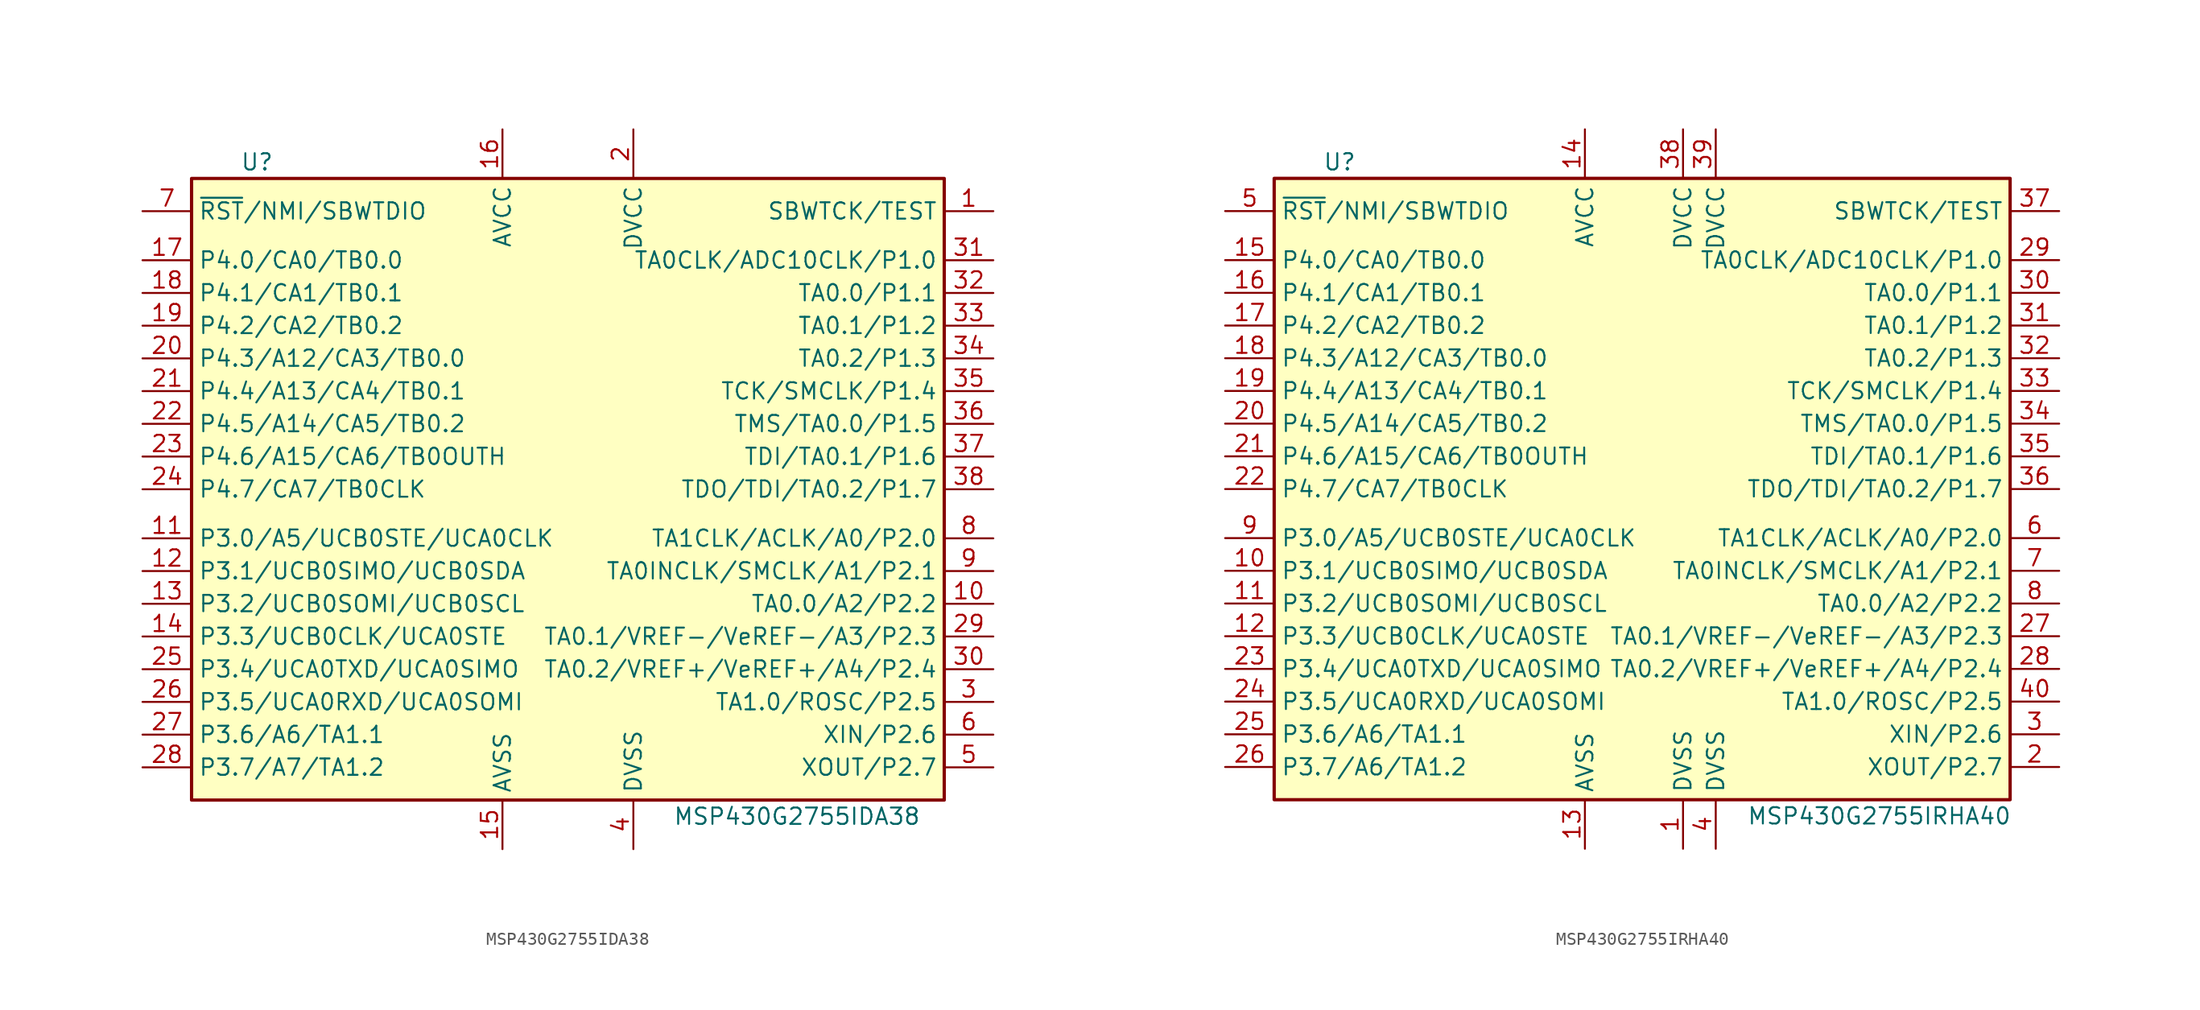
<source format=kicad_sym>
(kicad_symbol_lib
  (version 20201005)
  (generator kicad_symbol_editor)
  (symbol "MCU_Texas_MSP430:MSP430G2755IDA38"
    (property "Reference" "U"
      (at -24.13 25.4 0)
      (effects (font (size 1.27 1.27))))
    (property "Value" "MSP430G2755IDA38"
      (at 17.78 -25.4 0)
      (effects (font (size 1.27 1.27))))
    (symbol "MSP430G2755IDA38_0_1"
      (rectangle (start -29.21 24.13) (end 29.21 -24.13) (stroke (width 0.254)) (fill (type background))))
    (symbol "MSP430G2755IDA38_1_1"
      (pin input line (at 33.02 21.59 180) (length 3.81) (name "SBWTCK/TEST" (effects (font (size 1.27 1.27)))) (number "1" (effects (font (size 1.27 1.27)))))
      (pin bidirectional line (at 33.02 -8.89 180) (length 3.81) (name "TA0.0/A2/P2.2" (effects (font (size 1.27 1.27)))) (number "10" (effects (font (size 1.27 1.27)))))
      (pin bidirectional line (at -33.02 -3.81 0) (length 3.81) (name "P3.0/A5/UCB0STE/UCA0CLK" (effects (font (size 1.27 1.27)))) (number "11" (effects (font (size 1.27 1.27)))))
      (pin bidirectional line (at -33.02 -6.35 0) (length 3.81) (name "P3.1/UCB0SIMO/UCB0SDA" (effects (font (size 1.27 1.27)))) (number "12" (effects (font (size 1.27 1.27)))))
      (pin bidirectional line (at -33.02 -8.89 0) (length 3.81) (name "P3.2/UCB0SOMI/UCB0SCL" (effects (font (size 1.27 1.27)))) (number "13" (effects (font (size 1.27 1.27)))))
      (pin bidirectional line (at -33.02 -11.43 0) (length 3.81) (name "P3.3/UCB0CLK/UCA0STE" (effects (font (size 1.27 1.27)))) (number "14" (effects (font (size 1.27 1.27)))))
      (pin power_in line (at -5.08 -27.94 90) (length 3.81) (name "AVSS" (effects (font (size 1.27 1.27)))) (number "15" (effects (font (size 1.27 1.27)))))
      (pin power_in line (at -5.08 27.94 270) (length 3.81) (name "AVCC" (effects (font (size 1.27 1.27)))) (number "16" (effects (font (size 1.27 1.27)))))
      (pin bidirectional line (at -33.02 17.78 0) (length 3.81) (name "P4.0/CA0/TB0.0" (effects (font (size 1.27 1.27)))) (number "17" (effects (font (size 1.27 1.27)))))
      (pin bidirectional line (at -33.02 15.24 0) (length 3.81) (name "P4.1/CA1/TB0.1" (effects (font (size 1.27 1.27)))) (number "18" (effects (font (size 1.27 1.27)))))
      (pin bidirectional line (at -33.02 12.7 0) (length 3.81) (name "P4.2/CA2/TB0.2" (effects (font (size 1.27 1.27)))) (number "19" (effects (font (size 1.27 1.27)))))
      (pin power_in line (at 5.08 27.94 270) (length 3.81) (name "DVCC" (effects (font (size 1.27 1.27)))) (number "2" (effects (font (size 1.27 1.27)))))
      (pin bidirectional line (at -33.02 10.16 0) (length 3.81) (name "P4.3/A12/CA3/TB0.0" (effects (font (size 1.27 1.27)))) (number "20" (effects (font (size 1.27 1.27)))))
      (pin bidirectional line (at -33.02 7.62 0) (length 3.81) (name "P4.4/A13/CA4/TB0.1" (effects (font (size 1.27 1.27)))) (number "21" (effects (font (size 1.27 1.27)))))
      (pin bidirectional line (at -33.02 5.08 0) (length 3.81) (name "P4.5/A14/CA5/TB0.2" (effects (font (size 1.27 1.27)))) (number "22" (effects (font (size 1.27 1.27)))))
      (pin bidirectional line (at -33.02 2.54 0) (length 3.81) (name "P4.6/A15/CA6/TB0OUTH" (effects (font (size 1.27 1.27)))) (number "23" (effects (font (size 1.27 1.27)))))
      (pin bidirectional line (at -33.02 0 0) (length 3.81) (name "P4.7/CA7/TB0CLK" (effects (font (size 1.27 1.27)))) (number "24" (effects (font (size 1.27 1.27)))))
      (pin bidirectional line (at -33.02 -13.97 0) (length 3.81) (name "P3.4/UCA0TXD/UCA0SIMO" (effects (font (size 1.27 1.27)))) (number "25" (effects (font (size 1.27 1.27)))))
      (pin bidirectional line (at -33.02 -16.51 0) (length 3.81) (name "P3.5/UCA0RXD/UCA0SOMI" (effects (font (size 1.27 1.27)))) (number "26" (effects (font (size 1.27 1.27)))))
      (pin bidirectional line (at -33.02 -19.05 0) (length 3.81) (name "P3.6/A6/TA1.1" (effects (font (size 1.27 1.27)))) (number "27" (effects (font (size 1.27 1.27)))))
      (pin bidirectional line (at -33.02 -21.59 0) (length 3.81) (name "P3.7/A7/TA1.2" (effects (font (size 1.27 1.27)))) (number "28" (effects (font (size 1.27 1.27)))))
      (pin bidirectional line (at 33.02 -11.43 180) (length 3.81) (name "TA0.1/VREF-/VeREF-/A3/P2.3" (effects (font (size 1.27 1.27)))) (number "29" (effects (font (size 1.27 1.27)))))
      (pin bidirectional line (at 33.02 -16.51 180) (length 3.81) (name "TA1.0/ROSC/P2.5" (effects (font (size 1.27 1.27)))) (number "3" (effects (font (size 1.27 1.27)))))
      (pin bidirectional line (at 33.02 -13.97 180) (length 3.81) (name "TA0.2/VREF+/VeREF+/A4/P2.4" (effects (font (size 1.27 1.27)))) (number "30" (effects (font (size 1.27 1.27)))))
      (pin bidirectional line (at 33.02 17.78 180) (length 3.81) (name "TA0CLK/ADC10CLK/P1.0" (effects (font (size 1.27 1.27)))) (number "31" (effects (font (size 1.27 1.27)))))
      (pin bidirectional line (at 33.02 15.24 180) (length 3.81) (name "TA0.0/P1.1" (effects (font (size 1.27 1.27)))) (number "32" (effects (font (size 1.27 1.27)))))
      (pin bidirectional line (at 33.02 12.7 180) (length 3.81) (name "TA0.1/P1.2" (effects (font (size 1.27 1.27)))) (number "33" (effects (font (size 1.27 1.27)))))
      (pin bidirectional line (at 33.02 10.16 180) (length 3.81) (name "TA0.2/P1.3" (effects (font (size 1.27 1.27)))) (number "34" (effects (font (size 1.27 1.27)))))
      (pin bidirectional line (at 33.02 7.62 180) (length 3.81) (name "TCK/SMCLK/P1.4" (effects (font (size 1.27 1.27)))) (number "35" (effects (font (size 1.27 1.27)))))
      (pin bidirectional line (at 33.02 5.08 180) (length 3.81) (name "TMS/TA0.0/P1.5" (effects (font (size 1.27 1.27)))) (number "36" (effects (font (size 1.27 1.27)))))
      (pin bidirectional line (at 33.02 2.54 180) (length 3.81) (name "TDI/TA0.1/P1.6" (effects (font (size 1.27 1.27)))) (number "37" (effects (font (size 1.27 1.27)))))
      (pin bidirectional line (at 33.02 0 180) (length 3.81) (name "TDO/TDI/TA0.2/P1.7" (effects (font (size 1.27 1.27)))) (number "38" (effects (font (size 1.27 1.27)))))
      (pin power_in line (at 5.08 -27.94 90) (length 3.81) (name "DVSS" (effects (font (size 1.27 1.27)))) (number "4" (effects (font (size 1.27 1.27)))))
      (pin bidirectional line (at 33.02 -21.59 180) (length 3.81) (name "XOUT/P2.7" (effects (font (size 1.27 1.27)))) (number "5" (effects (font (size 1.27 1.27)))))
      (pin bidirectional line (at 33.02 -19.05 180) (length 3.81) (name "XIN/P2.6" (effects (font (size 1.27 1.27)))) (number "6" (effects (font (size 1.27 1.27)))))
      (pin input line (at -33.02 21.59 0) (length 3.81) (name "~RST~/NMI/SBWTDIO" (effects (font (size 1.27 1.27)))) (number "7" (effects (font (size 1.27 1.27)))))
      (pin bidirectional line (at 33.02 -3.81 180) (length 3.81) (name "TA1CLK/ACLK/A0/P2.0" (effects (font (size 1.27 1.27)))) (number "8" (effects (font (size 1.27 1.27)))))
      (pin bidirectional line (at 33.02 -6.35 180) (length 3.81) (name "TA0INCLK/SMCLK/A1/P2.1" (effects (font (size 1.27 1.27)))) (number "9" (effects (font (size 1.27 1.27)))))))
  (symbol "MCU_Texas_MSP430:MSP430G2755IRHA40"
    (property "Reference" "U"
      (at -24.13 25.4 0)
      (effects (font (size 1.27 1.27))))
    (property "Value" "MSP430G2755IRHA40"
      (at 17.78 -25.4 0)
      (effects (font (size 1.27 1.27))))
    (symbol "MSP430G2755IRHA40_0_1"
      (rectangle (start -29.21 24.13) (end 27.94 -24.13) (stroke (width 0.254)) (fill (type background))))
    (symbol "MSP430G2755IRHA40_1_1"
      (pin power_in line (at 2.54 -27.94 90) (length 3.81) (name "DVSS" (effects (font (size 1.27 1.27)))) (number "1" (effects (font (size 1.27 1.27)))))
      (pin bidirectional line (at -33.02 -6.35 0) (length 3.81) (name "P3.1/UCB0SIMO/UCB0SDA" (effects (font (size 1.27 1.27)))) (number "10" (effects (font (size 1.27 1.27)))))
      (pin bidirectional line (at -33.02 -8.89 0) (length 3.81) (name "P3.2/UCB0SOMI/UCB0SCL" (effects (font (size 1.27 1.27)))) (number "11" (effects (font (size 1.27 1.27)))))
      (pin bidirectional line (at -33.02 -11.43 0) (length 3.81) (name "P3.3/UCB0CLK/UCA0STE" (effects (font (size 1.27 1.27)))) (number "12" (effects (font (size 1.27 1.27)))))
      (pin power_in line (at -5.08 -27.94 90) (length 3.81) (name "AVSS" (effects (font (size 1.27 1.27)))) (number "13" (effects (font (size 1.27 1.27)))))
      (pin power_in line (at -5.08 27.94 270) (length 3.81) (name "AVCC" (effects (font (size 1.27 1.27)))) (number "14" (effects (font (size 1.27 1.27)))))
      (pin bidirectional line (at -33.02 17.78 0) (length 3.81) (name "P4.0/CA0/TB0.0" (effects (font (size 1.27 1.27)))) (number "15" (effects (font (size 1.27 1.27)))))
      (pin bidirectional line (at -33.02 15.24 0) (length 3.81) (name "P4.1/CA1/TB0.1" (effects (font (size 1.27 1.27)))) (number "16" (effects (font (size 1.27 1.27)))))
      (pin bidirectional line (at -33.02 12.7 0) (length 3.81) (name "P4.2/CA2/TB0.2" (effects (font (size 1.27 1.27)))) (number "17" (effects (font (size 1.27 1.27)))))
      (pin bidirectional line (at -33.02 10.16 0) (length 3.81) (name "P4.3/A12/CA3/TB0.0" (effects (font (size 1.27 1.27)))) (number "18" (effects (font (size 1.27 1.27)))))
      (pin bidirectional line (at -33.02 7.62 0) (length 3.81) (name "P4.4/A13/CA4/TB0.1" (effects (font (size 1.27 1.27)))) (number "19" (effects (font (size 1.27 1.27)))))
      (pin bidirectional line (at 31.75 -21.59 180) (length 3.81) (name "XOUT/P2.7" (effects (font (size 1.27 1.27)))) (number "2" (effects (font (size 1.27 1.27)))))
      (pin bidirectional line (at -33.02 5.08 0) (length 3.81) (name "P4.5/A14/CA5/TB0.2" (effects (font (size 1.27 1.27)))) (number "20" (effects (font (size 1.27 1.27)))))
      (pin bidirectional line (at -33.02 2.54 0) (length 3.81) (name "P4.6/A15/CA6/TB0OUTH" (effects (font (size 1.27 1.27)))) (number "21" (effects (font (size 1.27 1.27)))))
      (pin bidirectional line (at -33.02 0 0) (length 3.81) (name "P4.7/CA7/TB0CLK" (effects (font (size 1.27 1.27)))) (number "22" (effects (font (size 1.27 1.27)))))
      (pin bidirectional line (at -33.02 -13.97 0) (length 3.81) (name "P3.4/UCA0TXD/UCA0SIMO" (effects (font (size 1.27 1.27)))) (number "23" (effects (font (size 1.27 1.27)))))
      (pin bidirectional line (at -33.02 -16.51 0) (length 3.81) (name "P3.5/UCA0RXD/UCA0SOMI" (effects (font (size 1.27 1.27)))) (number "24" (effects (font (size 1.27 1.27)))))
      (pin bidirectional line (at -33.02 -19.05 0) (length 3.81) (name "P3.6/A6/TA1.1" (effects (font (size 1.27 1.27)))) (number "25" (effects (font (size 1.27 1.27)))))
      (pin bidirectional line (at -33.02 -21.59 0) (length 3.81) (name "P3.7/A6/TA1.2" (effects (font (size 1.27 1.27)))) (number "26" (effects (font (size 1.27 1.27)))))
      (pin bidirectional line (at 31.75 -11.43 180) (length 3.81) (name "TA0.1/VREF-/VeREF-/A3/P2.3" (effects (font (size 1.27 1.27)))) (number "27" (effects (font (size 1.27 1.27)))))
      (pin bidirectional line (at 31.75 -13.97 180) (length 3.81) (name "TA0.2/VREF+/VeREF+/A4/P2.4" (effects (font (size 1.27 1.27)))) (number "28" (effects (font (size 1.27 1.27)))))
      (pin bidirectional line (at 31.75 17.78 180) (length 3.81) (name "TA0CLK/ADC10CLK/P1.0" (effects (font (size 1.27 1.27)))) (number "29" (effects (font (size 1.27 1.27)))))
      (pin bidirectional line (at 31.75 -19.05 180) (length 3.81) (name "XIN/P2.6" (effects (font (size 1.27 1.27)))) (number "3" (effects (font (size 1.27 1.27)))))
      (pin bidirectional line (at 31.75 15.24 180) (length 3.81) (name "TA0.0/P1.1" (effects (font (size 1.27 1.27)))) (number "30" (effects (font (size 1.27 1.27)))))
      (pin bidirectional line (at 31.75 12.7 180) (length 3.81) (name "TA0.1/P1.2" (effects (font (size 1.27 1.27)))) (number "31" (effects (font (size 1.27 1.27)))))
      (pin bidirectional line (at 31.75 10.16 180) (length 3.81) (name "TA0.2/P1.3" (effects (font (size 1.27 1.27)))) (number "32" (effects (font (size 1.27 1.27)))))
      (pin bidirectional line (at 31.75 7.62 180) (length 3.81) (name "TCK/SMCLK/P1.4" (effects (font (size 1.27 1.27)))) (number "33" (effects (font (size 1.27 1.27)))))
      (pin bidirectional line (at 31.75 5.08 180) (length 3.81) (name "TMS/TA0.0/P1.5" (effects (font (size 1.27 1.27)))) (number "34" (effects (font (size 1.27 1.27)))))
      (pin bidirectional line (at 31.75 2.54 180) (length 3.81) (name "TDI/TA0.1/P1.6" (effects (font (size 1.27 1.27)))) (number "35" (effects (font (size 1.27 1.27)))))
      (pin bidirectional line (at 31.75 0 180) (length 3.81) (name "TDO/TDI/TA0.2/P1.7" (effects (font (size 1.27 1.27)))) (number "36" (effects (font (size 1.27 1.27)))))
      (pin input line (at 31.75 21.59 180) (length 3.81) (name "SBWTCK/TEST" (effects (font (size 1.27 1.27)))) (number "37" (effects (font (size 1.27 1.27)))))
      (pin power_in line (at 2.54 27.94 270) (length 3.81) (name "DVCC" (effects (font (size 1.27 1.27)))) (number "38" (effects (font (size 1.27 1.27)))))
      (pin power_in line (at 5.08 27.94 270) (length 3.81) (name "DVCC" (effects (font (size 1.27 1.27)))) (number "39" (effects (font (size 1.27 1.27)))))
      (pin power_in line (at 5.08 -27.94 90) (length 3.81) (name "DVSS" (effects (font (size 1.27 1.27)))) (number "4" (effects (font (size 1.27 1.27)))))
      (pin bidirectional line (at 31.75 -16.51 180) (length 3.81) (name "TA1.0/ROSC/P2.5" (effects (font (size 1.27 1.27)))) (number "40" (effects (font (size 1.27 1.27)))))
      (pin input line (at -33.02 21.59 0) (length 3.81) (name "~RST~/NMI/SBWTDIO" (effects (font (size 1.27 1.27)))) (number "5" (effects (font (size 1.27 1.27)))))
      (pin bidirectional line (at 31.75 -3.81 180) (length 3.81) (name "TA1CLK/ACLK/A0/P2.0" (effects (font (size 1.27 1.27)))) (number "6" (effects (font (size 1.27 1.27)))))
      (pin bidirectional line (at 31.75 -6.35 180) (length 3.81) (name "TA0INCLK/SMCLK/A1/P2.1" (effects (font (size 1.27 1.27)))) (number "7" (effects (font (size 1.27 1.27)))))
      (pin bidirectional line (at 31.75 -8.89 180) (length 3.81) (name "TA0.0/A2/P2.2" (effects (font (size 1.27 1.27)))) (number "8" (effects (font (size 1.27 1.27)))))
      (pin bidirectional line (at -33.02 -3.81 0) (length 3.81) (name "P3.0/A5/UCB0STE/UCA0CLK" (effects (font (size 1.27 1.27)))) (number "9" (effects (font (size 1.27 1.27))))))))
</source>
